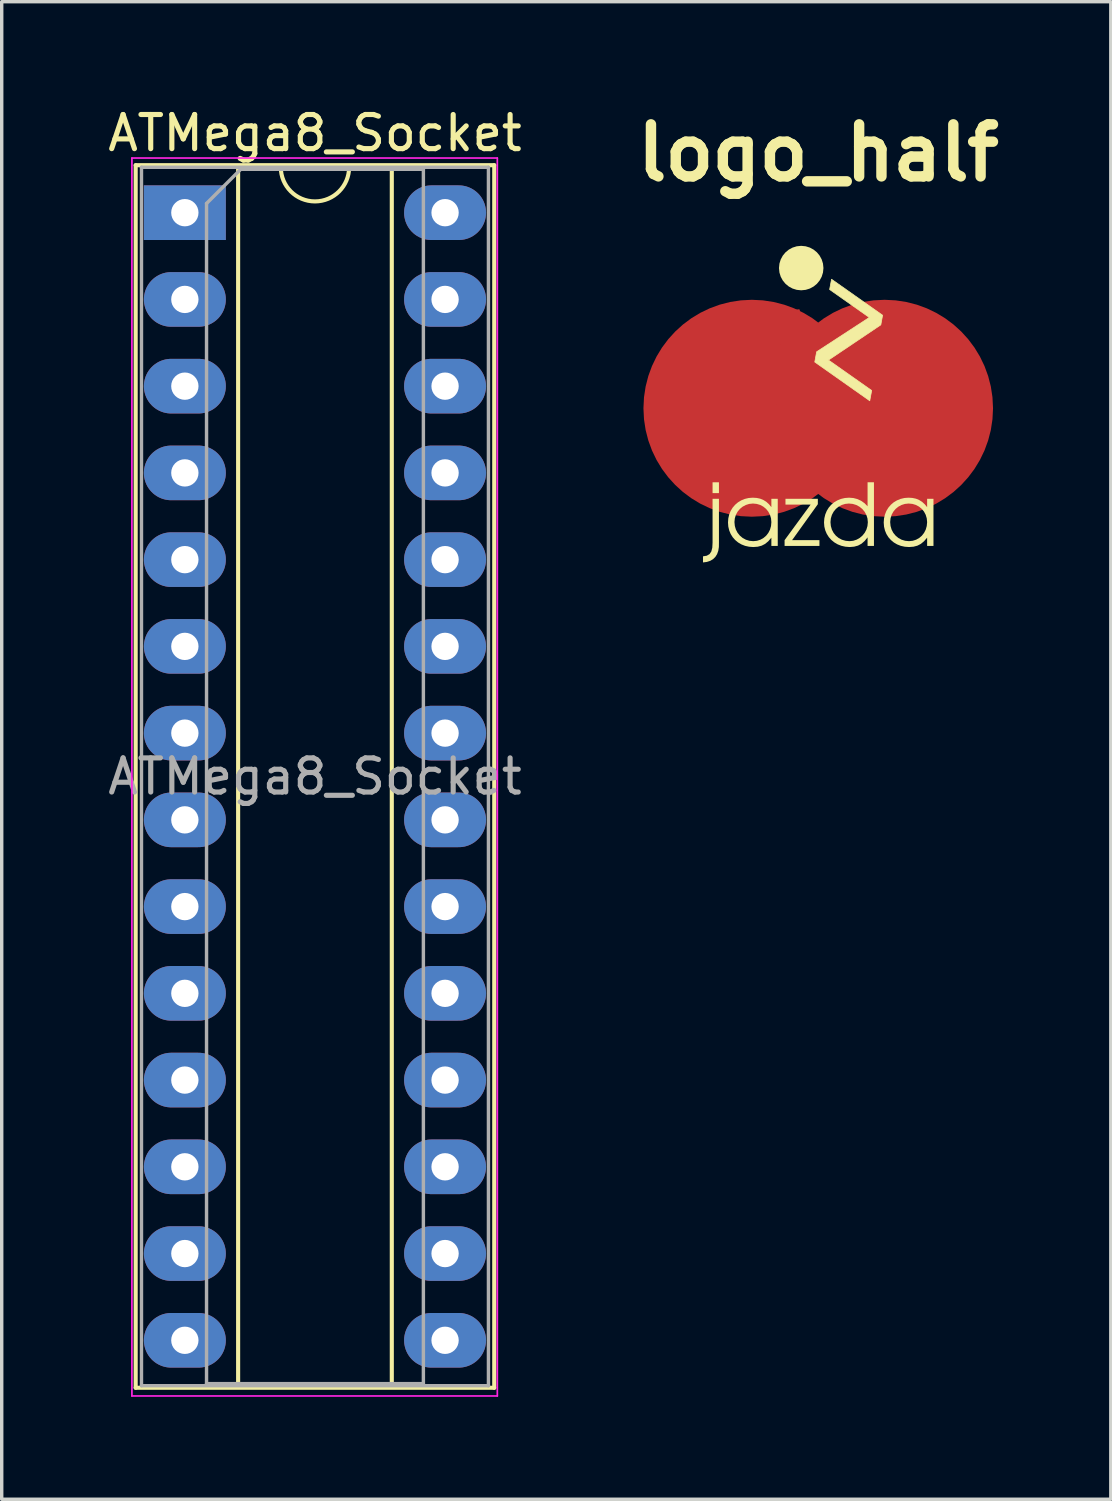
<source format=kicad_pcb>
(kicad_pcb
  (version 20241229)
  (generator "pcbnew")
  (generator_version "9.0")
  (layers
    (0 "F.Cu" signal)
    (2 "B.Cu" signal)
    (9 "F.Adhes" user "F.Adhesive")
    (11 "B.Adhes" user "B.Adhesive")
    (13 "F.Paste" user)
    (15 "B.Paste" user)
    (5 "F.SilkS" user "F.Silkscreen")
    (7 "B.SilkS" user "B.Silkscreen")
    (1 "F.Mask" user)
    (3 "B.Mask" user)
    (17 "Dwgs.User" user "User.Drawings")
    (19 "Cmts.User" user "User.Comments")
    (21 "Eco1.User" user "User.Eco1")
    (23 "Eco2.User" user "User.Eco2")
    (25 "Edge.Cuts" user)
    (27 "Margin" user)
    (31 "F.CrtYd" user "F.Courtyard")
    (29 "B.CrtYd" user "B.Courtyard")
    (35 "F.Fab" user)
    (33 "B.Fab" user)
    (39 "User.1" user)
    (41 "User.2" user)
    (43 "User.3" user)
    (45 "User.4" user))
  (footprint "logo_half"
    (layer "F.Cu")
    (at 20.911 8.947)
    (property "Reference" "logo_half" (at 0 -7.521 0) (layer "F.SilkS") (effects (font (size 1.524 1.524) (thickness 0.305))))
    (attr smd)
    (fp_circle (center -1.943 -0.042) (end -1.943 -0.042) (stroke (width 3.176) (type solid)) (fill no) (layer "F.Cu"))
    (fp_circle (center 1.942 -0.042) (end 1.942 -0.042) (stroke (width 3.176) (type solid)) (fill no) (layer "F.Cu"))
    (fp_poly (pts (xy -0.56 -2.942) (xy -1.202 -2.843) (xy -1.221 -2.743) (xy -1.074 -2.723) (xy -0.999 -2.7) (xy -0.971 -2.648) (xy -0.98 -2.545) (xy -1.253 -1.092) (xy -1.281 -0.951) (xy -1.313 -0.813) (xy -1.35 -0.683) (xy -1.391 -0.563) (xy -1.439 -0.456) (xy -1.492 -0.366) (xy -1.557 -0.289) (xy -1.638 -0.224) (xy -1.736 -0.169) (xy -1.853 -0.123) (xy -1.993 -0.084) (xy -2.004 0.011) (xy -1.92 0.007) (xy -1.816 -0.005) (xy -1.703 -0.025) (xy -1.568 -0.061) (xy -1.449 -0.108) (xy -1.345 -0.166) (xy -1.254 -0.235) (xy -1.175 -0.313) (xy -1.108 -0.402) (xy -1.051 -0.5) (xy -1.003 -0.607) (xy -0.963 -0.722) (xy -0.929 -0.846) (xy -0.901 -0.977) (xy -0.537 -2.918) (xy -0.56 -2.942)) (stroke (width 0) (type solid)) (fill yes) (layer "F.Cu"))
    (fp_poly (pts (xy -0.56 -2.942) (xy -1.202 -2.843) (xy -1.221 -2.743) (xy -1.074 -2.723) (xy -0.999 -2.7) (xy -0.971 -2.648) (xy -0.98 -2.545) (xy -1.253 -1.092) (xy -1.281 -0.951) (xy -1.313 -0.813) (xy -1.35 -0.683) (xy -1.391 -0.563) (xy -1.439 -0.456) (xy -1.492 -0.366) (xy -1.557 -0.289) (xy -1.638 -0.224) (xy -1.736 -0.169) (xy -1.853 -0.123) (xy -1.993 -0.084) (xy -2.004 0.011) (xy -1.92 0.007) (xy -1.816 -0.005) (xy -1.703 -0.025) (xy -1.568 -0.061) (xy -1.449 -0.108) (xy -1.345 -0.166) (xy -1.254 -0.235) (xy -1.175 -0.313) (xy -1.108 -0.402) (xy -1.051 -0.5) (xy -1.003 -0.607) (xy -0.963 -0.722) (xy -0.929 -0.846) (xy -0.901 -0.977) (xy -0.537 -2.918) (xy -0.56 -2.942)) (stroke (width 0) (type solid)) (fill yes) (layer "F.Mask"))
    (fp_poly (pts (xy -2.586 -1.421) (xy -2.695 -1.365) (xy -2.798 -1.301) (xy -2.895 -1.229) (xy -2.985 -1.151) (xy -3.069 -1.066) (xy -3.145 -0.975) (xy -3.214 -0.878) (xy -3.275 -0.776) (xy -3.329 -0.67) (xy -3.374 -0.56) (xy -3.41 -0.446) (xy -3.437 -0.328) (xy -3.455 -0.208) (xy -3.464 -0.086) (xy -3.463 0.037) (xy -3.451 0.157) (xy -3.431 0.276) (xy -3.401 0.392) (xy -3.363 0.505) (xy -3.316 0.614) (xy -3.261 0.719) (xy -3.197 0.82) (xy -3.126 0.915) (xy -3.048 1.005) (xy -2.962 1.088) (xy -2.87 1.165) (xy -2.77 1.235) (xy -2.665 1.298) (xy -2.555 1.352) (xy -2.442 1.396) (xy -2.327 1.431) (xy -2.21 1.457) (xy -2.092 1.473) (xy -1.973 1.48) (xy -1.855 1.478) (xy -1.736 1.466) (xy -1.619 1.445) (xy -1.504 1.415) (xy -1.391 1.376) (xy -1.28 1.328) (xy -1.173 1.271) (xy -1.07 1.205) (xy -1.146 1.097) (xy -1.247 1.161) (xy -1.353 1.217) (xy -1.462 1.262) (xy -1.574 1.298) (xy -1.688 1.324) (xy -1.804 1.341) (xy -1.92 1.348) (xy -2.037 1.345) (xy -2.154 1.332) (xy -2.269 1.309) (xy -2.383 1.277) (xy -2.494 1.234) (xy -2.603 1.182) (xy -2.706 1.12) (xy -2.803 1.05) (xy -2.893 0.973) (xy -2.975 0.889) (xy -3.05 0.799) (xy -3.116 0.703) (xy -3.175 0.602) (xy -3.224 0.496) (xy -3.265 0.387) (xy -3.297 0.273) (xy -3.318 0.157) (xy -3.33 0.038) (xy -3.332 -0.082) (xy -3.323 -0.202) (xy -3.305 -0.32) (xy -3.276 -0.435) (xy -3.238 -0.546) (xy -3.191 -0.653) (xy -3.135 -0.756) (xy -3.071 -0.853) (xy -2.999 -0.945) (xy -2.919 -1.031) (xy -2.832 -1.11) (xy -2.738 -1.181) (xy -2.637 -1.245) (xy -2.53 -1.301) (xy -2.586 -1.421)) (stroke (width 0) (type solid)) (fill yes) (layer "F.Mask"))
    (fp_poly (pts (xy 2.585 -1.421) (xy 2.694 -1.365) (xy 2.797 -1.301) (xy 2.894 -1.229) (xy 2.984 -1.151) (xy 3.068 -1.066) (xy 3.145 -0.975) (xy 3.214 -0.878) (xy 3.275 -0.776) (xy 3.328 -0.67) (xy 3.374 -0.56) (xy 3.41 -0.446) (xy 3.437 -0.328) (xy 3.455 -0.208) (xy 3.464 -0.086) (xy 3.462 0.037) (xy 3.451 0.157) (xy 3.431 0.276) (xy 3.401 0.392) (xy 3.363 0.505) (xy 3.316 0.614) (xy 3.26 0.719) (xy 3.197 0.82) (xy 3.126 0.915) (xy 3.047 1.005) (xy 2.961 1.088) (xy 2.869 1.165) (xy 2.77 1.235) (xy 2.664 1.298) (xy 2.554 1.352) (xy 2.441 1.396) (xy 2.326 1.431) (xy 2.209 1.457) (xy 2.091 1.473) (xy 1.972 1.48) (xy 1.854 1.478) (xy 1.735 1.466) (xy 1.618 1.445) (xy 1.503 1.415) (xy 1.39 1.376) (xy 1.279 1.328) (xy 1.172 1.271) (xy 1.069 1.205) (xy 1.145 1.097) (xy 1.246 1.161) (xy 1.352 1.217) (xy 1.461 1.262) (xy 1.573 1.298) (xy 1.687 1.324) (xy 1.803 1.341) (xy 1.919 1.348) (xy 2.036 1.345) (xy 2.153 1.332) (xy 2.268 1.309) (xy 2.382 1.277) (xy 2.493 1.234) (xy 2.602 1.182) (xy 2.705 1.12) (xy 2.802 1.05) (xy 2.892 0.973) (xy 2.974 0.889) (xy 3.049 0.799) (xy 3.115 0.703) (xy 3.174 0.602) (xy 3.223 0.496) (xy 3.264 0.387) (xy 3.296 0.273) (xy 3.317 0.157) (xy 3.329 0.038) (xy 3.331 -0.082) (xy 3.322 -0.202) (xy 3.304 -0.32) (xy 3.275 -0.435) (xy 3.237 -0.546) (xy 3.19 -0.653) (xy 3.134 -0.756) (xy 3.07 -0.853) (xy 2.998 -0.945) (xy 2.918 -1.031) (xy 2.831 -1.11) (xy 2.737 -1.181) (xy 2.636 -1.245) (xy 2.529 -1.301) (xy 2.585 -1.421)) (stroke (width 0) (type solid)) (fill yes) (layer "F.Mask"))
    (fp_circle (center -0.499 -4.147) (end -0.499 -4.147) (stroke (width 0.651) (type solid)) (fill no) (layer "F.SilkS"))
    (fp_poly (pts (xy -0.986 3.989) (xy 0.035 3.989) (xy 0.035 3.82) (xy -0.766 3.82) (xy -0.012 2.768) (xy -0.012 2.61) (xy -0.96 2.61) (xy -0.96 2.779) (xy -0.224 2.779) (xy -0.986 3.82) (xy -0.986 3.989)) (stroke (width 0) (type solid)) (fill yes) (layer "F.SilkS"))
    (fp_poly (pts (xy -0.102 -1.396) (xy 1.508 -0.261) (xy 1.564 -0.562) (xy 0.299 -1.453) (xy 1.832 -2.484) (xy 1.884 -2.766) (xy 0.389 -3.82) (xy 0.333 -3.519) (xy 1.495 -2.701) (xy -0.047 -1.696) (xy -0.102 -1.396)) (stroke (width 0.021) (type solid)) (fill yes) (layer "F.SilkS"))
    (fp_poly (pts (xy -2.908 2.61) (xy -3.095 2.443) (xy -2.908 2.443) (xy -2.908 2.126) (xy -3.095 2.126) (xy -3.095 2.443) (xy -2.908 2.61) (xy -3.095 2.61) (xy -3.095 3.893) (xy -3.103 4.043) (xy -3.132 4.154) (xy -3.185 4.23) (xy -3.265 4.276) (xy -3.375 4.294) (xy -3.375 4.473) (xy -3.261 4.458) (xy -3.163 4.426) (xy -3.081 4.377) (xy -3.014 4.312) (xy -2.963 4.231) (xy -2.928 4.134) (xy -2.91 4.021) (xy -2.908 3.893) (xy -2.908 2.61)) (stroke (width 0) (type solid)) (fill yes) (layer "F.SilkS"))
    (fp_poly (pts (xy 1.631 2.126) (xy 1.409 3.082) (xy 1.441 3.185) (xy 1.452 3.295) (xy 1.441 3.407) (xy 1.41 3.511) (xy 1.36 3.605) (xy 1.294 3.687) (xy 1.214 3.755) (xy 1.123 3.806) (xy 1.023 3.839) (xy 0.915 3.85) (xy 0.8 3.839) (xy 0.694 3.808) (xy 0.599 3.758) (xy 0.517 3.691) (xy 0.45 3.609) (xy 0.4 3.514) (xy 0.369 3.408) (xy 0.358 3.293) (xy 0.369 3.183) (xy 0.4 3.08) (xy 0.449 2.988) (xy 0.515 2.907) (xy 0.595 2.841) (xy 0.686 2.791) (xy 0.788 2.759) (xy 0.897 2.748) (xy 1.009 2.759) (xy 1.114 2.791) (xy 1.208 2.842) (xy 1.29 2.908) (xy 1.358 2.989) (xy 1.409 3.082) (xy 1.631 2.126) (xy 1.444 2.126) (xy 1.444 2.829) (xy 1.357 2.74) (xy 1.257 2.669) (xy 1.148 2.618) (xy 1.029 2.587) (xy 0.902 2.577) (xy 0.78 2.586) (xy 0.665 2.613) (xy 0.559 2.656) (xy 0.463 2.713) (xy 0.378 2.785) (xy 0.306 2.869) (xy 0.248 2.964) (xy 0.205 3.069) (xy 0.178 3.182) (xy 0.169 3.303) (xy 0.178 3.422) (xy 0.206 3.535) (xy 0.25 3.638) (xy 0.31 3.732) (xy 0.384 3.815) (xy 0.471 3.886) (xy 0.57 3.944) (xy 0.678 3.986) (xy 0.795 4.012) (xy 0.92 4.022) (xy 1.05 4.011) (xy 1.164 3.98) (xy 1.266 3.925) (xy 1.358 3.845) (xy 1.444 3.739) (xy 1.444 3.989) (xy 1.631 3.989) (xy 1.631 2.126)) (stroke (width 0) (type solid)) (fill yes) (layer "F.SilkS"))
    (fp_poly (pts (xy -1.186 2.61) (xy -1.463 2.985) (xy -1.414 3.078) (xy -1.383 3.181) (xy -1.373 3.293) (xy -1.383 3.407) (xy -1.413 3.513) (xy -1.462 3.608) (xy -1.526 3.69) (xy -1.604 3.757) (xy -1.694 3.807) (xy -1.794 3.839) (xy -1.902 3.85) (xy -2.016 3.839) (xy -2.12 3.807) (xy -2.214 3.756) (xy -2.295 3.688) (xy -2.362 3.606) (xy -2.412 3.511) (xy -2.443 3.405) (xy -2.454 3.29) (xy -2.443 3.181) (xy -2.412 3.079) (xy -2.362 2.987) (xy -2.296 2.907) (xy -2.216 2.841) (xy -2.123 2.791) (xy -2.022 2.759) (xy -1.912 2.748) (xy -1.801 2.759) (xy -1.699 2.79) (xy -1.607 2.84) (xy -1.528 2.905) (xy -1.463 2.985) (xy -1.186 2.61) (xy -1.373 2.61) (xy -1.373 2.854) (xy -1.444 2.767) (xy -1.522 2.697) (xy -1.607 2.644) (xy -1.7 2.606) (xy -1.803 2.584) (xy -1.917 2.577) (xy -2.038 2.586) (xy -2.152 2.613) (xy -2.256 2.656) (xy -2.351 2.713) (xy -2.435 2.785) (xy -2.507 2.869) (xy -2.565 2.964) (xy -2.608 3.069) (xy -2.634 3.182) (xy -2.643 3.303) (xy -2.634 3.424) (xy -2.607 3.537) (xy -2.564 3.641) (xy -2.505 3.735) (xy -2.432 3.817) (xy -2.347 3.888) (xy -2.25 3.945) (xy -2.143 3.987) (xy -2.026 4.013) (xy -1.902 4.022) (xy -1.771 4.012) (xy -1.657 3.982) (xy -1.556 3.93) (xy -1.462 3.852) (xy -1.373 3.747) (xy -1.373 3.989) (xy -1.186 3.989) (xy -1.186 2.61)) (stroke (width 0) (type solid)) (fill yes) (layer "F.SilkS"))
    (fp_poly (pts (xy 3.374 2.61) (xy 3.097 2.985) (xy 3.146 3.078) (xy 3.177 3.181) (xy 3.188 3.293) (xy 3.177 3.407) (xy 3.147 3.513) (xy 3.098 3.608) (xy 3.034 3.69) (xy 2.956 3.757) (xy 2.866 3.807) (xy 2.766 3.839) (xy 2.658 3.85) (xy 2.545 3.839) (xy 2.44 3.807) (xy 2.346 3.756) (xy 2.265 3.688) (xy 2.198 3.606) (xy 2.148 3.511) (xy 2.117 3.405) (xy 2.106 3.29) (xy 2.117 3.181) (xy 2.148 3.079) (xy 2.198 2.987) (xy 2.264 2.907) (xy 2.345 2.841) (xy 2.437 2.791) (xy 2.539 2.759) (xy 2.648 2.748) (xy 2.759 2.759) (xy 2.861 2.79) (xy 2.953 2.84) (xy 3.032 2.905) (xy 3.097 2.985) (xy 3.374 2.61) (xy 3.188 2.61) (xy 3.188 2.854) (xy 3.116 2.767) (xy 3.038 2.697) (xy 2.953 2.644) (xy 2.86 2.606) (xy 2.757 2.584) (xy 2.643 2.577) (xy 2.522 2.586) (xy 2.409 2.613) (xy 2.304 2.656) (xy 2.209 2.713) (xy 2.125 2.785) (xy 2.053 2.869) (xy 1.995 2.964) (xy 1.953 3.069) (xy 1.926 3.182) (xy 1.917 3.303) (xy 1.926 3.424) (xy 1.953 3.537) (xy 1.996 3.641) (xy 2.055 3.735) (xy 2.128 3.817) (xy 2.213 3.888) (xy 2.31 3.945) (xy 2.417 3.987) (xy 2.534 4.013) (xy 2.658 4.022) (xy 2.789 4.012) (xy 2.903 3.982) (xy 3.004 3.93) (xy 3.098 3.852) (xy 3.188 3.747) (xy 3.188 3.989) (xy 3.374 3.989) (xy 3.374 2.61)) (stroke (width 0) (type solid)) (fill yes) (layer "F.SilkS")))
  (footprint "ATMega8_Socket"
    (layer "F.Cu")
    (at 2.363 3.178)
    (property "Reference" "ATMega8_Socket" (at 3.81 -2.33 0) (layer "F.SilkS") (effects (font (size 1 1) (thickness 0.15))))
    (attr through_hole)
    (fp_line (start -1.44 -1.39) (end -1.44 34.41) (stroke (width 0.12) (type solid)) (layer "F.SilkS"))
    (fp_line (start -1.44 34.41) (end 9.06 34.41) (stroke (width 0.12) (type solid)) (layer "F.SilkS"))
    (fp_line (start 1.56 -1.33) (end 1.56 34.35) (stroke (width 0.12) (type solid)) (layer "F.SilkS"))
    (fp_line (start 1.56 34.35) (end 6.06 34.35) (stroke (width 0.12) (type solid)) (layer "F.SilkS"))
    (fp_line (start 2.81 -1.33) (end 1.56 -1.33) (stroke (width 0.12) (type solid)) (layer "F.SilkS"))
    (fp_line (start 6.06 -1.33) (end 4.81 -1.33) (stroke (width 0.12) (type solid)) (layer "F.SilkS"))
    (fp_line (start 6.06 34.35) (end 6.06 -1.33) (stroke (width 0.12) (type solid)) (layer "F.SilkS"))
    (fp_line (start 9.06 -1.39) (end -1.44 -1.39) (stroke (width 0.12) (type solid)) (layer "F.SilkS"))
    (fp_line (start 9.06 34.41) (end 9.06 -1.39) (stroke (width 0.12) (type solid)) (layer "F.SilkS"))
    (fp_arc (start 4.81 -1.33) (mid 3.81 -0.33) (end 2.81 -1.33) (stroke (width 0.12) (type solid)) (layer "F.SilkS"))
    (fp_line (start -1.55 -1.6) (end -1.55 34.65) (stroke (width 0.05) (type solid)) (layer "F.CrtYd"))
    (fp_line (start -1.55 34.65) (end 9.15 34.65) (stroke (width 0.05) (type solid)) (layer "F.CrtYd"))
    (fp_line (start 9.15 -1.6) (end -1.55 -1.6) (stroke (width 0.05) (type solid)) (layer "F.CrtYd"))
    (fp_line (start 9.15 34.65) (end 9.15 -1.6) (stroke (width 0.05) (type solid)) (layer "F.CrtYd"))
    (fp_line (start -1.27 -1.33) (end -1.27 34.35) (stroke (width 0.1) (type solid)) (layer "F.Fab"))
    (fp_line (start -1.27 34.35) (end 8.89 34.35) (stroke (width 0.1) (type solid)) (layer "F.Fab"))
    (fp_line (start 0.635 -0.27) (end 1.635 -1.27) (stroke (width 0.1) (type solid)) (layer "F.Fab"))
    (fp_line (start 0.635 34.29) (end 0.635 -0.27) (stroke (width 0.1) (type solid)) (layer "F.Fab"))
    (fp_line (start 1.635 -1.27) (end 6.985 -1.27) (stroke (width 0.1) (type solid)) (layer "F.Fab"))
    (fp_line (start 6.985 -1.27) (end 6.985 34.29) (stroke (width 0.1) (type solid)) (layer "F.Fab"))
    (fp_line (start 6.985 34.29) (end 0.635 34.29) (stroke (width 0.1) (type solid)) (layer "F.Fab"))
    (fp_line (start 8.89 -1.33) (end -1.27 -1.33) (stroke (width 0.1) (type solid)) (layer "F.Fab"))
    (fp_line (start 8.89 34.35) (end 8.89 -1.33) (stroke (width 0.1) (type solid)) (layer "F.Fab"))
    (fp_text user "${REFERENCE}" (at 3.81 16.51 0) (layer "F.Fab") (effects (font (size 1 1) (thickness 0.15))))
    (pad "1" thru_hole rect (at 0 0) (size 2.4 1.6) (drill 0.8) (layers "*.Cu" "*.Mask"))
    (pad "2" thru_hole oval (at 0 2.54) (size 2.4 1.6) (drill 0.8) (layers "*.Cu" "*.Mask"))
    (pad "3" thru_hole oval (at 0 5.08) (size 2.4 1.6) (drill 0.8) (layers "*.Cu" "*.Mask"))
    (pad "4" thru_hole oval (at 0 7.62) (size 2.4 1.6) (drill 0.8) (layers "*.Cu" "*.Mask"))
    (pad "5" thru_hole oval (at 0 10.16) (size 2.4 1.6) (drill 0.8) (layers "*.Cu" "*.Mask"))
    (pad "6" thru_hole oval (at 0 12.7) (size 2.4 1.6) (drill 0.8) (layers "*.Cu" "*.Mask"))
    (pad "7" thru_hole oval (at 0 15.24) (size 2.4 1.6) (drill 0.8) (layers "*.Cu" "*.Mask"))
    (pad "8" thru_hole oval (at 0 17.78) (size 2.4 1.6) (drill 0.8) (layers "*.Cu" "*.Mask"))
    (pad "9" thru_hole oval (at 0 20.32) (size 2.4 1.6) (drill 0.8) (layers "*.Cu" "*.Mask"))
    (pad "10" thru_hole oval (at 0 22.86) (size 2.4 1.6) (drill 0.8) (layers "*.Cu" "*.Mask"))
    (pad "11" thru_hole oval (at 0 25.4) (size 2.4 1.6) (drill 0.8) (layers "*.Cu" "*.Mask"))
    (pad "12" thru_hole oval (at 0 27.94) (size 2.4 1.6) (drill 0.8) (layers "*.Cu" "*.Mask"))
    (pad "13" thru_hole oval (at 0 30.48) (size 2.4 1.6) (drill 0.8) (layers "*.Cu" "*.Mask"))
    (pad "14" thru_hole oval (at 0 33.02) (size 2.4 1.6) (drill 0.8) (layers "*.Cu" "*.Mask"))
    (pad "15" thru_hole oval (at 7.62 33.02) (size 2.4 1.6) (drill 0.8) (layers "*.Cu" "*.Mask"))
    (pad "16" thru_hole oval (at 7.62 30.48) (size 2.4 1.6) (drill 0.8) (layers "*.Cu" "*.Mask"))
    (pad "17" thru_hole oval (at 7.62 27.94) (size 2.4 1.6) (drill 0.8) (layers "*.Cu" "*.Mask"))
    (pad "18" thru_hole oval (at 7.62 25.4) (size 2.4 1.6) (drill 0.8) (layers "*.Cu" "*.Mask"))
    (pad "19" thru_hole oval (at 7.62 22.86) (size 2.4 1.6) (drill 0.8) (layers "*.Cu" "*.Mask"))
    (pad "20" thru_hole oval (at 7.62 20.32) (size 2.4 1.6) (drill 0.8) (layers "*.Cu" "*.Mask"))
    (pad "21" thru_hole oval (at 7.62 17.78) (size 2.4 1.6) (drill 0.8) (layers "*.Cu" "*.Mask"))
    (pad "22" thru_hole oval (at 7.62 15.24) (size 2.4 1.6) (drill 0.8) (layers "*.Cu" "*.Mask"))
    (pad "23" thru_hole oval (at 7.62 12.7) (size 2.4 1.6) (drill 0.8) (layers "*.Cu" "*.Mask"))
    (pad "24" thru_hole oval (at 7.62 10.16) (size 2.4 1.6) (drill 0.8) (layers "*.Cu" "*.Mask"))
    (pad "25" thru_hole oval (at 7.62 7.62) (size 2.4 1.6) (drill 0.8) (layers "*.Cu" "*.Mask"))
    (pad "26" thru_hole oval (at 7.62 5.08) (size 2.4 1.6) (drill 0.8) (layers "*.Cu" "*.Mask"))
    (pad "27" thru_hole oval (at 7.62 2.54) (size 2.4 1.6) (drill 0.8) (layers "*.Cu" "*.Mask"))
    (pad "28" thru_hole oval (at 7.62 0) (size 2.4 1.6) (drill 0.8) (layers "*.Cu" "*.Mask")))
  (gr_rect
    (start -3 -3)
    (end 29.478 40.853)
    (stroke (width 0.1) (type default))
    (fill no)
    (layer "Edge.Cuts")))
</source>
